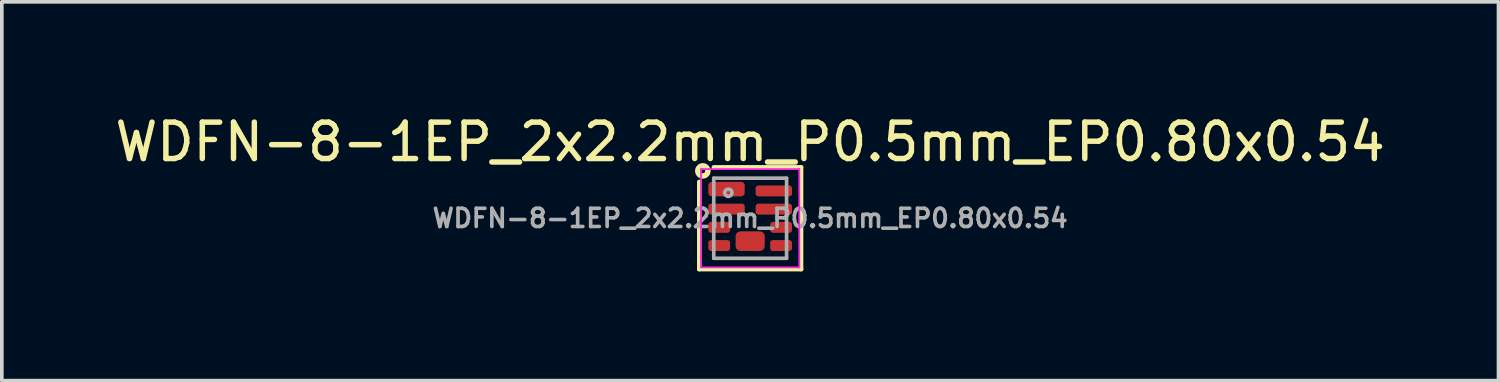
<source format=kicad_pcb>
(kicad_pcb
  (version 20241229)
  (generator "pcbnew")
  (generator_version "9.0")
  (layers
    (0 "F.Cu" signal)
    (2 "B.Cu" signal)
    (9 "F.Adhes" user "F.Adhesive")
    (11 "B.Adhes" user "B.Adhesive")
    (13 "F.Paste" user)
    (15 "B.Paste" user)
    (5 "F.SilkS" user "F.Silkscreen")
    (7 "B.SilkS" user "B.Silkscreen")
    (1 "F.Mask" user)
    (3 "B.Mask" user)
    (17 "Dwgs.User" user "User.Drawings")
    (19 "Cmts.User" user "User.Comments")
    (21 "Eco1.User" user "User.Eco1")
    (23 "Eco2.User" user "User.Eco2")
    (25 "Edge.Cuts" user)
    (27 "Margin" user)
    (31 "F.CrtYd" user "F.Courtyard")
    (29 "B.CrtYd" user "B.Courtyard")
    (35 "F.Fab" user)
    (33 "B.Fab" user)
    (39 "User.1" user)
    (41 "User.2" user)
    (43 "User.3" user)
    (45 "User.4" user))
  (footprint "WDFN-8-1EP_2x2.2mm_P0.5mm_EP0.80x0.54"
    (layer "F.Cu")
    (at 17.554 2.944)
    (property "Reference" "WDFN-8-1EP_2x2.2mm_P0.5mm_EP0.80x0.54" (at 0 -2.095 0) (layer "F.SilkS") (effects (font (size 1 1) (thickness 0.15))))
    (attr smd)
    (fp_line (start -1.4 1.4) (end -1.4 -1) (stroke (width 0.12) (type solid)) (layer "F.SilkS"))
    (fp_line (start -1 -1.4) (end 1.4 -1.4) (stroke (width 0.12) (type solid)) (layer "F.SilkS"))
    (fp_line (start 1.4 -1.4) (end 1.4 1.4) (stroke (width 0.12) (type solid)) (layer "F.SilkS"))
    (fp_line (start 1.4 1.4) (end -1.4 1.4) (stroke (width 0.12) (type solid)) (layer "F.SilkS"))
    (fp_circle (center -1.3 -1.3) (end -1.236 -1.3) (stroke (width 0.15) (type solid)) (fill no) (layer "F.SilkS"))
    (fp_line (start -1.35 -1.35) (end -1.35 1.35) (stroke (width 0.05) (type solid)) (layer "F.CrtYd"))
    (fp_line (start -1.35 -1.35) (end 1.35 -1.35) (stroke (width 0.05) (type solid)) (layer "F.CrtYd"))
    (fp_line (start -1.35 1.35) (end 1.35 1.35) (stroke (width 0.05) (type solid)) (layer "F.CrtYd"))
    (fp_line (start 1.35 -1.35) (end 1.35 1.35) (stroke (width 0.05) (type solid)) (layer "F.CrtYd"))
    (fp_line (start -1 -1.1) (end 1 -1.1) (stroke (width 0.1) (type solid)) (layer "F.Fab"))
    (fp_line (start -1 1.1) (end -1 -1.1) (stroke (width 0.1) (type solid)) (layer "F.Fab"))
    (fp_line (start 1 -1.1) (end 1 1.1) (stroke (width 0.1) (type solid)) (layer "F.Fab"))
    (fp_line (start 1 1.1) (end -1 1.1) (stroke (width 0.1) (type solid)) (layer "F.Fab"))
    (fp_circle (center -0.6 -0.7) (end -0.5 -0.7) (stroke (width 0.1) (type solid)) (fill no) (layer "F.Fab"))
    (fp_text user "${REFERENCE}" (at 0 0 0) (layer "F.Fab") (effects (font (size 0.5 0.5) (thickness 0.1))))
    (pad "1" smd roundrect (at -0.65 -0.8) (size 1 0.4) (layers "F.Cu" "F.Mask" "F.Paste") (roundrect_rratio 0.25))
    (pad "2" smd roundrect (at -0.65 -0.25) (size 1 0.3) (layers "F.Cu" "F.Mask" "F.Paste") (roundrect_rratio 0.25))
    (pad "3" smd roundrect (at -0.85 0.25) (size 0.6 0.3) (layers "F.Cu" "F.Mask" "F.Paste") (roundrect_rratio 0.25))
    (pad "4" smd roundrect (at -0.85 0.75) (size 0.6 0.3) (layers "F.Cu" "F.Mask" "F.Paste") (roundrect_rratio 0.25))
    (pad "5" smd roundrect (at 0.85 0.75) (size 0.6 0.3) (layers "F.Cu" "F.Mask" "F.Paste") (roundrect_rratio 0.25))
    (pad "6" smd roundrect (at 0.85 0.25) (size 0.6 0.3) (layers "F.Cu" "F.Mask" "F.Paste") (roundrect_rratio 0.25))
    (pad "7" smd roundrect (at 0.65 -0.25) (size 1 0.3) (layers "F.Cu" "F.Mask" "F.Paste") (roundrect_rratio 0.25))
    (pad "8" smd roundrect (at 0.65 -0.75) (size 1 0.3) (layers "F.Cu" "F.Mask" "F.Paste") (roundrect_rratio 0.25))
    (pad "9" smd roundrect (at 0 0.63) (size 0.8 0.54) (layers "F.Cu" "F.Mask" "F.Paste") (roundrect_rratio 0.25)))
  (gr_rect
    (start -3 -3)
    (end 38.107 7.404)
    (stroke (width 0.1) (type default))
    (fill no)
    (layer "Edge.Cuts")))
</source>
